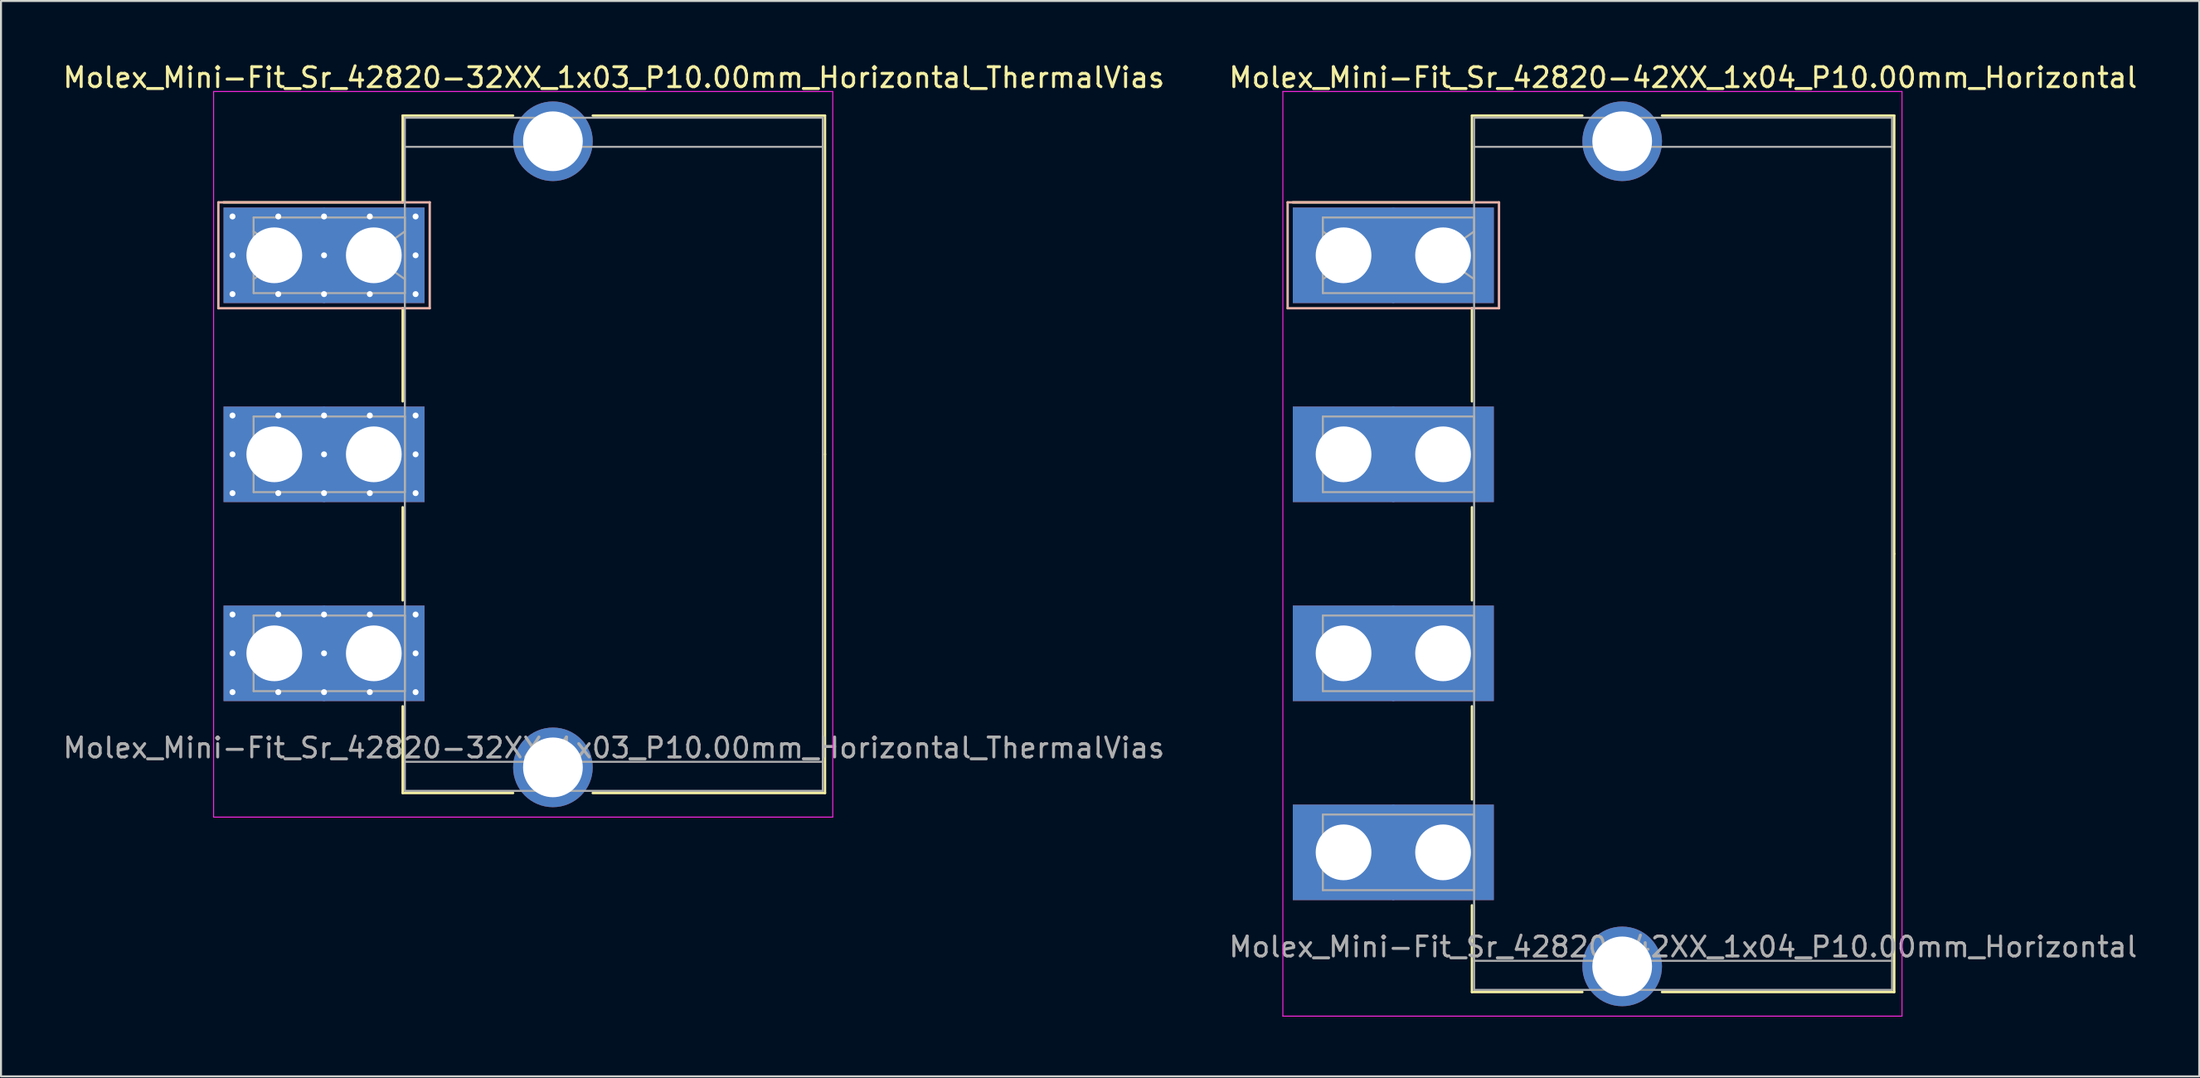
<source format=kicad_pcb>
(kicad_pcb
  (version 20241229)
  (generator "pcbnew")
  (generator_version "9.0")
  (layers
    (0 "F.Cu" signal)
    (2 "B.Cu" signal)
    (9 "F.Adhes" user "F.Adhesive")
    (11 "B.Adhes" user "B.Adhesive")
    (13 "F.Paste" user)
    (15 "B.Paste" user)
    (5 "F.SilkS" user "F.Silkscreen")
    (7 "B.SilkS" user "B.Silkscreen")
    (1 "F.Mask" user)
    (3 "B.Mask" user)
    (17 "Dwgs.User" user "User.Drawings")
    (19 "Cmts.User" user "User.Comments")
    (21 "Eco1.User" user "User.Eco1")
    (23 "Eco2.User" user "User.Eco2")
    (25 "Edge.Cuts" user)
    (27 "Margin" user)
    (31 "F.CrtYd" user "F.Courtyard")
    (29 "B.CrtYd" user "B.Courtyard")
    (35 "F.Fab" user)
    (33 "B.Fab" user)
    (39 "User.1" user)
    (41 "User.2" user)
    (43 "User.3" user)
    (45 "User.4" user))
  (footprint "Molex_Mini-Fit_Sr_42820-42XX_1x04_P10.00mm_Horizontal"
    (layer "F.Cu")
    (at 64.458 9.778)
    (property "Reference" "Molex_Mini-Fit_Sr_42820-42XX_1x04_P10.00mm_Horizontal" (at 17.06 -8.93 0) (layer "F.SilkS") (effects (font (size 1 1) (thickness 0.15))))
    (attr through_hole)
    (fp_line (start 6.45 -7.02) (end 12 -7.02) (stroke (width 0.12) (type solid)) (layer "F.SilkS"))
    (fp_line (start 6.45 -2.66) (end -2.55 -2.66) (stroke (width 0.12) (type solid)) (layer "F.SilkS"))
    (fp_line (start 6.45 -2.66) (end 6.45 -7.02) (stroke (width 0.12) (type solid)) (layer "F.SilkS"))
    (fp_line (start 6.45 2.66) (end 6.45 7.34) (stroke (width 0.12) (type solid)) (layer "F.SilkS"))
    (fp_line (start 6.45 12.66) (end 6.45 17.34) (stroke (width 0.12) (type solid)) (layer "F.SilkS"))
    (fp_line (start 6.45 22.66) (end 6.45 27.34) (stroke (width 0.12) (type solid)) (layer "F.SilkS"))
    (fp_line (start 6.45 32.66) (end 6.45 37.02) (stroke (width 0.12) (type solid)) (layer "F.SilkS"))
    (fp_line (start 6.45 37.02) (end 12 37.02) (stroke (width 0.12) (type solid)) (layer "F.SilkS"))
    (fp_line (start 16 -7.02) (end 27.67 -7.02) (stroke (width 0.12) (type solid)) (layer "F.SilkS"))
    (fp_line (start 16 37.02) (end 27.67 37.02) (stroke (width 0.12) (type solid)) (layer "F.SilkS"))
    (fp_line (start 27.67 -7.02) (end 27.67 15) (stroke (width 0.12) (type solid)) (layer "F.SilkS"))
    (fp_line (start 27.67 37.02) (end 27.67 15) (stroke (width 0.12) (type solid)) (layer "F.SilkS"))
    (fp_line (start -2.81 -2.66) (end -2.81 2.66) (stroke (width 0.12) (type solid)) (layer "B.SilkS"))
    (fp_line (start -2.81 2.66) (end 7.81 2.66) (stroke (width 0.12) (type solid)) (layer "B.SilkS"))
    (fp_line (start 7.81 -2.66) (end -2.81 -2.66) (stroke (width 0.12) (type solid)) (layer "B.SilkS"))
    (fp_line (start 7.81 2.66) (end 7.81 -2.66) (stroke (width 0.12) (type solid)) (layer "B.SilkS"))
    (fp_line (start -3.05 -8.23) (end -3.05 38.23) (stroke (width 0.05) (type solid)) (layer "F.CrtYd"))
    (fp_line (start -3.05 38.23) (end 28.06 38.23) (stroke (width 0.05) (type solid)) (layer "F.CrtYd"))
    (fp_line (start 28.06 -8.23) (end -3.05 -8.23) (stroke (width 0.05) (type solid)) (layer "F.CrtYd"))
    (fp_line (start 28.06 38.23) (end 28.06 -8.23) (stroke (width 0.05) (type solid)) (layer "F.CrtYd"))
    (fp_line (start -1.04 -1.9) (end 6.56 -1.9) (stroke (width 0.1) (type solid)) (layer "F.Fab"))
    (fp_line (start -1.04 -1.2) (end 0.657 0) (stroke (width 0.1) (type solid)) (layer "F.Fab"))
    (fp_line (start -1.04 1.9) (end -1.04 -1.9) (stroke (width 0.1) (type solid)) (layer "F.Fab"))
    (fp_line (start -1.04 8.1) (end 6.56 8.1) (stroke (width 0.1) (type solid)) (layer "F.Fab"))
    (fp_line (start -1.04 11.9) (end -1.04 8.1) (stroke (width 0.1) (type solid)) (layer "F.Fab"))
    (fp_line (start -1.04 18.1) (end 6.56 18.1) (stroke (width 0.1) (type solid)) (layer "F.Fab"))
    (fp_line (start -1.04 21.9) (end -1.04 18.1) (stroke (width 0.1) (type solid)) (layer "F.Fab"))
    (fp_line (start -1.04 28.1) (end 6.56 28.1) (stroke (width 0.1) (type solid)) (layer "F.Fab"))
    (fp_line (start -1.04 31.9) (end -1.04 28.1) (stroke (width 0.1) (type solid)) (layer "F.Fab"))
    (fp_line (start 0.657 0) (end -1.04 1.2) (stroke (width 0.1) (type solid)) (layer "F.Fab"))
    (fp_line (start 4.863 0) (end 6.56 1.2) (stroke (width 0.1) (type solid)) (layer "F.Fab"))
    (fp_line (start 6.56 -6.91) (end 6.56 36.91) (stroke (width 0.1) (type solid)) (layer "F.Fab"))
    (fp_line (start 6.56 -5.45) (end 27.56 -5.45) (stroke (width 0.1) (type solid)) (layer "F.Fab"))
    (fp_line (start 6.56 -1.9) (end 6.56 1.9) (stroke (width 0.1) (type solid)) (layer "F.Fab"))
    (fp_line (start 6.56 -1.2) (end 4.863 0) (stroke (width 0.1) (type solid)) (layer "F.Fab"))
    (fp_line (start 6.56 1.9) (end -1.04 1.9) (stroke (width 0.1) (type solid)) (layer "F.Fab"))
    (fp_line (start 6.56 8.1) (end 6.56 11.9) (stroke (width 0.1) (type solid)) (layer "F.Fab"))
    (fp_line (start 6.56 11.9) (end -1.04 11.9) (stroke (width 0.1) (type solid)) (layer "F.Fab"))
    (fp_line (start 6.56 18.1) (end 6.56 21.9) (stroke (width 0.1) (type solid)) (layer "F.Fab"))
    (fp_line (start 6.56 21.9) (end -1.04 21.9) (stroke (width 0.1) (type solid)) (layer "F.Fab"))
    (fp_line (start 6.56 28.1) (end 6.56 31.9) (stroke (width 0.1) (type solid)) (layer "F.Fab"))
    (fp_line (start 6.56 31.9) (end -1.04 31.9) (stroke (width 0.1) (type solid)) (layer "F.Fab"))
    (fp_line (start 6.56 35.45) (end 27.56 35.45) (stroke (width 0.1) (type solid)) (layer "F.Fab"))
    (fp_line (start 6.56 36.91) (end 27.56 36.91) (stroke (width 0.1) (type solid)) (layer "F.Fab"))
    (fp_line (start 27.56 -6.91) (end 6.56 -6.91) (stroke (width 0.1) (type solid)) (layer "F.Fab"))
    (fp_line (start 27.56 36.91) (end 27.56 -6.91) (stroke (width 0.1) (type solid)) (layer "F.Fab"))
    (fp_text user "${REFERENCE}" (at 17.06 34.75 0) (layer "F.Fab") (effects (font (size 1 1) (thickness 0.15))))
    (pad "" thru_hole circle (at 14 -5.73) (size 4 4) (drill 3) (layers "*.Cu" "*.Mask"))
    (pad "" thru_hole circle (at 14 35.73) (size 4 4) (drill 3) (layers "*.Cu" "*.Mask"))
    (pad "1" thru_hole rect (at 0 0) (size 5.1 4.8) (drill 2.8) (layers "*.Cu" "*.Mask"))
    (pad "1" thru_hole rect (at 5 0) (size 5.1 4.8) (drill 2.8) (layers "*.Cu" "*.Mask"))
    (pad "2" thru_hole rect (at 0 10) (size 5.1 4.8) (drill 2.8) (layers "*.Cu" "*.Mask"))
    (pad "2" thru_hole rect (at 5 10) (size 5.1 4.8) (drill 2.8) (layers "*.Cu" "*.Mask"))
    (pad "3" thru_hole rect (at 0 20) (size 5.1 4.8) (drill 2.8) (layers "*.Cu" "*.Mask"))
    (pad "3" thru_hole rect (at 5 20) (size 5.1 4.8) (drill 2.8) (layers "*.Cu" "*.Mask"))
    (pad "4" thru_hole rect (at 0 30) (size 5.1 4.8) (drill 2.8) (layers "*.Cu" "*.Mask"))
    (pad "4" thru_hole rect (at 5 30) (size 5.1 4.8) (drill 2.8) (layers "*.Cu" "*.Mask")))
  (footprint "Molex_Mini-Fit_Sr_42820-32XX_1x03_P10.00mm_Horizontal_ThermalVias"
    (layer "F.Cu")
    (at 10.732 9.778)
    (property "Reference" "Molex_Mini-Fit_Sr_42820-32XX_1x03_P10.00mm_Horizontal_ThermalVias" (at 17.06 -8.93 0) (layer "F.SilkS") (effects (font (size 1 1) (thickness 0.15))))
    (attr through_hole)
    (fp_line (start 6.45 -7.02) (end 12 -7.02) (stroke (width 0.12) (type solid)) (layer "F.SilkS"))
    (fp_line (start 6.45 -2.66) (end -2.55 -2.66) (stroke (width 0.12) (type solid)) (layer "F.SilkS"))
    (fp_line (start 6.45 -2.66) (end 6.45 -7.02) (stroke (width 0.12) (type solid)) (layer "F.SilkS"))
    (fp_line (start 6.45 2.66) (end 6.45 7.34) (stroke (width 0.12) (type solid)) (layer "F.SilkS"))
    (fp_line (start 6.45 12.66) (end 6.45 17.34) (stroke (width 0.12) (type solid)) (layer "F.SilkS"))
    (fp_line (start 6.45 22.66) (end 6.45 27.02) (stroke (width 0.12) (type solid)) (layer "F.SilkS"))
    (fp_line (start 6.45 27.02) (end 12 27.02) (stroke (width 0.12) (type solid)) (layer "F.SilkS"))
    (fp_line (start 16 -7.02) (end 27.67 -7.02) (stroke (width 0.12) (type solid)) (layer "F.SilkS"))
    (fp_line (start 16 27.02) (end 27.67 27.02) (stroke (width 0.12) (type solid)) (layer "F.SilkS"))
    (fp_line (start 27.67 -7.02) (end 27.67 10) (stroke (width 0.12) (type solid)) (layer "F.SilkS"))
    (fp_line (start 27.67 27.02) (end 27.67 10) (stroke (width 0.12) (type solid)) (layer "F.SilkS"))
    (fp_line (start -2.81 -2.66) (end -2.81 2.66) (stroke (width 0.12) (type solid)) (layer "B.SilkS"))
    (fp_line (start -2.81 2.66) (end 7.81 2.66) (stroke (width 0.12) (type solid)) (layer "B.SilkS"))
    (fp_line (start 7.81 -2.66) (end -2.81 -2.66) (stroke (width 0.12) (type solid)) (layer "B.SilkS"))
    (fp_line (start 7.81 2.66) (end 7.81 -2.66) (stroke (width 0.12) (type solid)) (layer "B.SilkS"))
    (fp_line (start -3.05 -8.23) (end -3.05 28.23) (stroke (width 0.05) (type solid)) (layer "F.CrtYd"))
    (fp_line (start -3.05 28.23) (end 28.06 28.23) (stroke (width 0.05) (type solid)) (layer "F.CrtYd"))
    (fp_line (start 28.06 -8.23) (end -3.05 -8.23) (stroke (width 0.05) (type solid)) (layer "F.CrtYd"))
    (fp_line (start 28.06 28.23) (end 28.06 -8.23) (stroke (width 0.05) (type solid)) (layer "F.CrtYd"))
    (fp_line (start -1.04 -1.9) (end 6.56 -1.9) (stroke (width 0.1) (type solid)) (layer "F.Fab"))
    (fp_line (start -1.04 -1.2) (end 0.657 0) (stroke (width 0.1) (type solid)) (layer "F.Fab"))
    (fp_line (start -1.04 1.9) (end -1.04 -1.9) (stroke (width 0.1) (type solid)) (layer "F.Fab"))
    (fp_line (start -1.04 8.1) (end 6.56 8.1) (stroke (width 0.1) (type solid)) (layer "F.Fab"))
    (fp_line (start -1.04 11.9) (end -1.04 8.1) (stroke (width 0.1) (type solid)) (layer "F.Fab"))
    (fp_line (start -1.04 18.1) (end 6.56 18.1) (stroke (width 0.1) (type solid)) (layer "F.Fab"))
    (fp_line (start -1.04 21.9) (end -1.04 18.1) (stroke (width 0.1) (type solid)) (layer "F.Fab"))
    (fp_line (start 0.657 0) (end -1.04 1.2) (stroke (width 0.1) (type solid)) (layer "F.Fab"))
    (fp_line (start 4.863 0) (end 6.56 1.2) (stroke (width 0.1) (type solid)) (layer "F.Fab"))
    (fp_line (start 6.56 -6.91) (end 6.56 26.91) (stroke (width 0.1) (type solid)) (layer "F.Fab"))
    (fp_line (start 6.56 -5.45) (end 27.56 -5.45) (stroke (width 0.1) (type solid)) (layer "F.Fab"))
    (fp_line (start 6.56 -1.9) (end 6.56 1.9) (stroke (width 0.1) (type solid)) (layer "F.Fab"))
    (fp_line (start 6.56 -1.2) (end 4.863 0) (stroke (width 0.1) (type solid)) (layer "F.Fab"))
    (fp_line (start 6.56 1.9) (end -1.04 1.9) (stroke (width 0.1) (type solid)) (layer "F.Fab"))
    (fp_line (start 6.56 8.1) (end 6.56 11.9) (stroke (width 0.1) (type solid)) (layer "F.Fab"))
    (fp_line (start 6.56 11.9) (end -1.04 11.9) (stroke (width 0.1) (type solid)) (layer "F.Fab"))
    (fp_line (start 6.56 18.1) (end 6.56 21.9) (stroke (width 0.1) (type solid)) (layer "F.Fab"))
    (fp_line (start 6.56 21.9) (end -1.04 21.9) (stroke (width 0.1) (type solid)) (layer "F.Fab"))
    (fp_line (start 6.56 25.45) (end 27.56 25.45) (stroke (width 0.1) (type solid)) (layer "F.Fab"))
    (fp_line (start 6.56 26.91) (end 27.56 26.91) (stroke (width 0.1) (type solid)) (layer "F.Fab"))
    (fp_line (start 27.56 -6.91) (end 6.56 -6.91) (stroke (width 0.1) (type solid)) (layer "F.Fab"))
    (fp_line (start 27.56 26.91) (end 27.56 -6.91) (stroke (width 0.1) (type solid)) (layer "F.Fab"))
    (fp_text user "${REFERENCE}" (at 17.06 24.75 0) (layer "F.Fab") (effects (font (size 1 1) (thickness 0.15))))
    (pad "" thru_hole circle (at 14 -5.73) (size 4 4) (drill 3) (layers "*.Cu" "*.Mask"))
    (pad "" thru_hole circle (at 14 25.73) (size 4 4) (drill 3) (layers "*.Cu" "*.Mask"))
    (pad "1" thru_hole roundrect (at -2.1 -1.95) (size 0.6 0.6) (drill 0.3) (layers "*.Cu" "*.Mask") (roundrect_rratio 0.25))
    (pad "1" thru_hole roundrect (at -2.1 0) (size 0.6 0.6) (drill 0.3) (layers "*.Cu" "*.Mask") (roundrect_rratio 0.25))
    (pad "1" thru_hole roundrect (at -2.1 1.95) (size 0.6 0.6) (drill 0.3) (layers "*.Cu" "*.Mask") (roundrect_rratio 0.25))
    (pad "1" thru_hole rect (at 0 0) (size 5.1 4.8) (drill 2.8) (layers "*.Cu" "*.Mask"))
    (pad "1" thru_hole roundrect (at 0.2 -1.95) (size 0.6 0.6) (drill 0.3) (layers "*.Cu" "*.Mask") (roundrect_rratio 0.25))
    (pad "1" thru_hole roundrect (at 0.2 1.95) (size 0.6 0.6) (drill 0.3) (layers "*.Cu" "*.Mask") (roundrect_rratio 0.25))
    (pad "1" thru_hole roundrect (at 2.5 -1.95) (size 0.6 0.6) (drill 0.3) (layers "*.Cu" "*.Mask") (roundrect_rratio 0.25))
    (pad "1" thru_hole roundrect (at 2.5 0) (size 0.6 0.6) (drill 0.3) (layers "*.Cu" "*.Mask") (roundrect_rratio 0.25))
    (pad "1" thru_hole roundrect (at 2.5 1.95) (size 0.6 0.6) (drill 0.3) (layers "*.Cu" "*.Mask") (roundrect_rratio 0.25))
    (pad "1" thru_hole roundrect (at 4.8 -1.95) (size 0.6 0.6) (drill 0.3) (layers "*.Cu" "*.Mask") (roundrect_rratio 0.25))
    (pad "1" thru_hole roundrect (at 4.8 1.95) (size 0.6 0.6) (drill 0.3) (layers "*.Cu" "*.Mask") (roundrect_rratio 0.25))
    (pad "1" thru_hole rect (at 5 0) (size 5.1 4.8) (drill 2.8) (layers "*.Cu" "*.Mask"))
    (pad "1" thru_hole roundrect (at 7.1 -1.95) (size 0.6 0.6) (drill 0.3) (layers "*.Cu" "*.Mask") (roundrect_rratio 0.25))
    (pad "1" thru_hole roundrect (at 7.1 0) (size 0.6 0.6) (drill 0.3) (layers "*.Cu" "*.Mask") (roundrect_rratio 0.25))
    (pad "1" thru_hole roundrect (at 7.1 1.95) (size 0.6 0.6) (drill 0.3) (layers "*.Cu" "*.Mask") (roundrect_rratio 0.25))
    (pad "2" thru_hole circle (at -2.1 8.05) (size 0.6 0.6) (drill 0.3) (layers "*.Cu" "*.Mask"))
    (pad "2" thru_hole circle (at -2.1 10) (size 0.6 0.6) (drill 0.3) (layers "*.Cu" "*.Mask"))
    (pad "2" thru_hole circle (at -2.1 11.95) (size 0.6 0.6) (drill 0.3) (layers "*.Cu" "*.Mask"))
    (pad "2" thru_hole rect (at 0 10) (size 5.1 4.8) (drill 2.8) (layers "*.Cu" "*.Mask"))
    (pad "2" thru_hole circle (at 0.2 8.05) (size 0.6 0.6) (drill 0.3) (layers "*.Cu" "*.Mask"))
    (pad "2" thru_hole circle (at 0.2 11.95) (size 0.6 0.6) (drill 0.3) (layers "*.Cu" "*.Mask"))
    (pad "2" thru_hole circle (at 2.5 8.05) (size 0.6 0.6) (drill 0.3) (layers "*.Cu" "*.Mask"))
    (pad "2" thru_hole circle (at 2.5 10) (size 0.6 0.6) (drill 0.3) (layers "*.Cu" "*.Mask"))
    (pad "2" thru_hole circle (at 2.5 11.95) (size 0.6 0.6) (drill 0.3) (layers "*.Cu" "*.Mask"))
    (pad "2" thru_hole circle (at 4.8 8.05) (size 0.6 0.6) (drill 0.3) (layers "*.Cu" "*.Mask"))
    (pad "2" thru_hole circle (at 4.8 11.95) (size 0.6 0.6) (drill 0.3) (layers "*.Cu" "*.Mask"))
    (pad "2" thru_hole rect (at 5 10) (size 5.1 4.8) (drill 2.8) (layers "*.Cu" "*.Mask"))
    (pad "2" thru_hole circle (at 7.1 8.05) (size 0.6 0.6) (drill 0.3) (layers "*.Cu" "*.Mask"))
    (pad "2" thru_hole circle (at 7.1 10) (size 0.6 0.6) (drill 0.3) (layers "*.Cu" "*.Mask"))
    (pad "2" thru_hole circle (at 7.1 11.95) (size 0.6 0.6) (drill 0.3) (layers "*.Cu" "*.Mask"))
    (pad "3" thru_hole circle (at -2.1 18.05) (size 0.6 0.6) (drill 0.3) (layers "*.Cu" "*.Mask"))
    (pad "3" thru_hole circle (at -2.1 20) (size 0.6 0.6) (drill 0.3) (layers "*.Cu" "*.Mask"))
    (pad "3" thru_hole circle (at -2.1 21.95) (size 0.6 0.6) (drill 0.3) (layers "*.Cu" "*.Mask"))
    (pad "3" thru_hole rect (at 0 20) (size 5.1 4.8) (drill 2.8) (layers "*.Cu" "*.Mask"))
    (pad "3" thru_hole circle (at 0.2 18.05) (size 0.6 0.6) (drill 0.3) (layers "*.Cu" "*.Mask"))
    (pad "3" thru_hole circle (at 0.2 21.95) (size 0.6 0.6) (drill 0.3) (layers "*.Cu" "*.Mask"))
    (pad "3" thru_hole circle (at 2.5 18.05) (size 0.6 0.6) (drill 0.3) (layers "*.Cu" "*.Mask"))
    (pad "3" thru_hole circle (at 2.5 20) (size 0.6 0.6) (drill 0.3) (layers "*.Cu" "*.Mask"))
    (pad "3" thru_hole circle (at 2.5 21.95) (size 0.6 0.6) (drill 0.3) (layers "*.Cu" "*.Mask"))
    (pad "3" thru_hole circle (at 4.8 18.05) (size 0.6 0.6) (drill 0.3) (layers "*.Cu" "*.Mask"))
    (pad "3" thru_hole circle (at 4.8 21.95) (size 0.6 0.6) (drill 0.3) (layers "*.Cu" "*.Mask"))
    (pad "3" thru_hole rect (at 5 20) (size 5.1 4.8) (drill 2.8) (layers "*.Cu" "*.Mask"))
    (pad "3" thru_hole circle (at 7.1 18.05) (size 0.6 0.6) (drill 0.3) (layers "*.Cu" "*.Mask"))
    (pad "3" thru_hole circle (at 7.1 20) (size 0.6 0.6) (drill 0.3) (layers "*.Cu" "*.Mask"))
    (pad "3" thru_hole circle (at 7.1 21.95) (size 0.6 0.6) (drill 0.3) (layers "*.Cu" "*.Mask")))
  (gr_rect
    (start -3 -3)
    (end 107.452 51.033)
    (stroke (width 0.1) (type default))
    (fill no)
    (layer "Edge.Cuts")))
</source>
